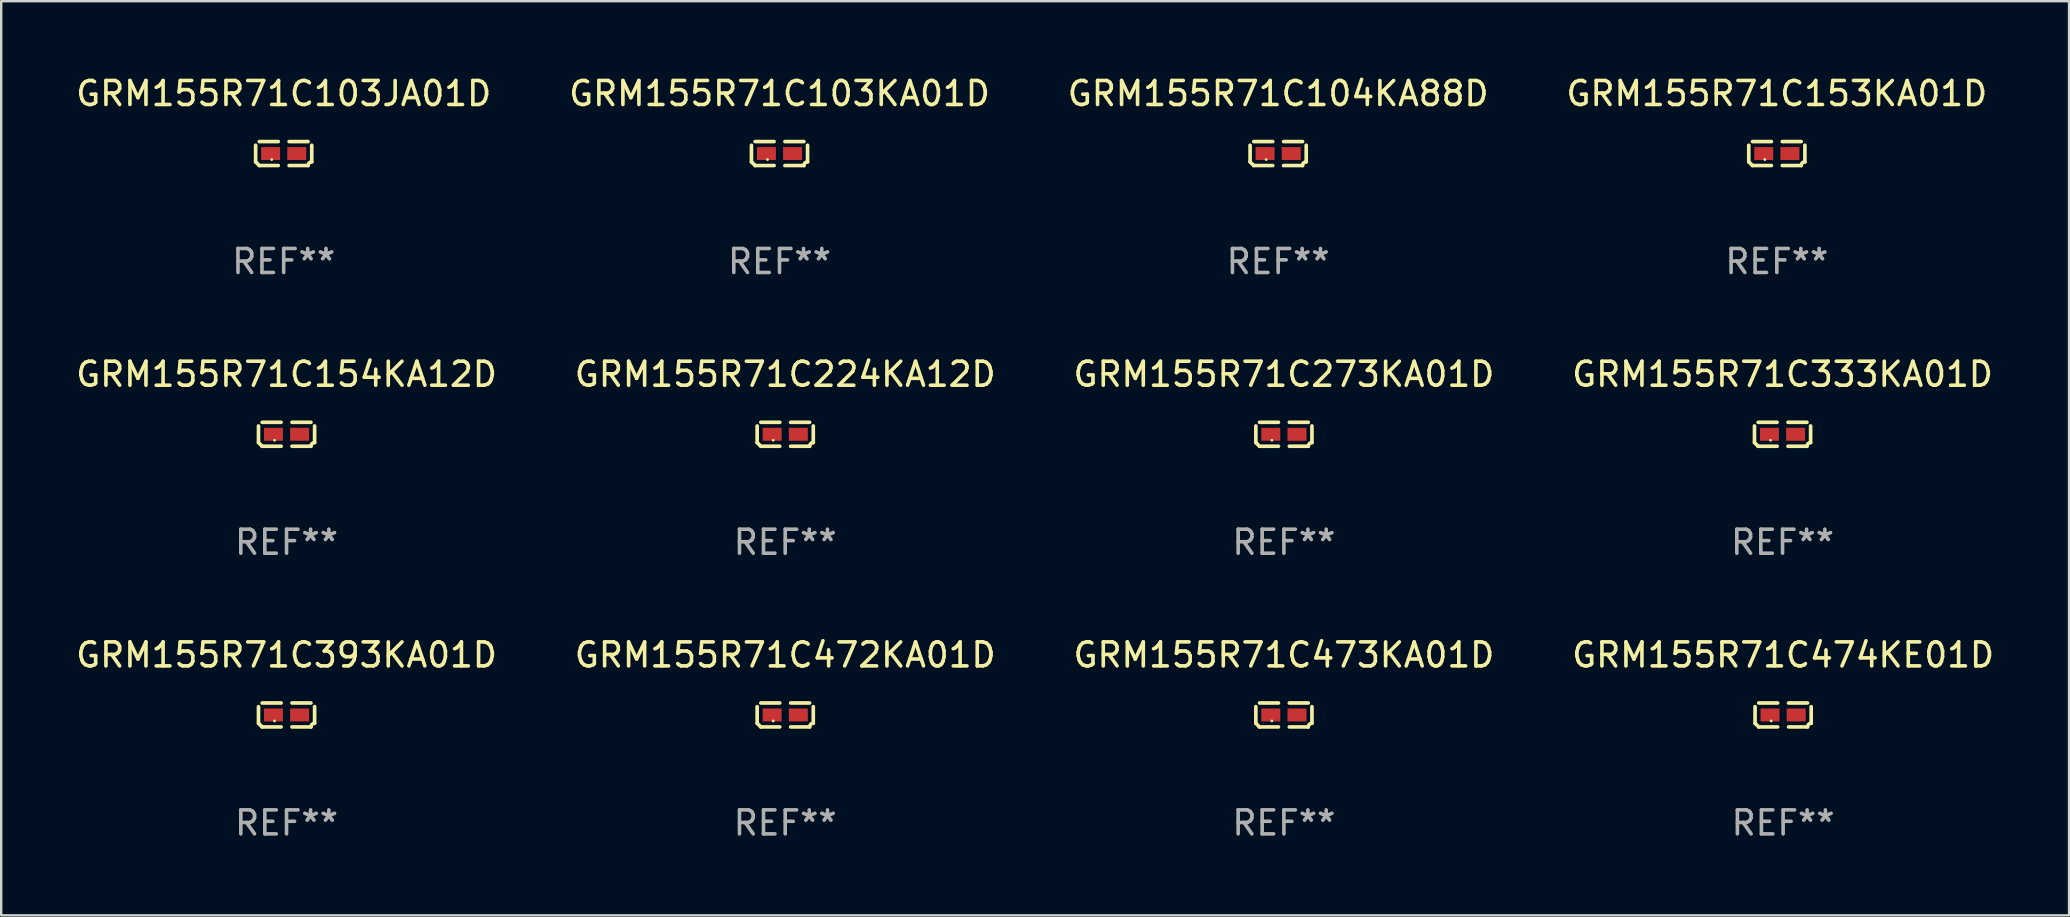
<source format=kicad_pcb>
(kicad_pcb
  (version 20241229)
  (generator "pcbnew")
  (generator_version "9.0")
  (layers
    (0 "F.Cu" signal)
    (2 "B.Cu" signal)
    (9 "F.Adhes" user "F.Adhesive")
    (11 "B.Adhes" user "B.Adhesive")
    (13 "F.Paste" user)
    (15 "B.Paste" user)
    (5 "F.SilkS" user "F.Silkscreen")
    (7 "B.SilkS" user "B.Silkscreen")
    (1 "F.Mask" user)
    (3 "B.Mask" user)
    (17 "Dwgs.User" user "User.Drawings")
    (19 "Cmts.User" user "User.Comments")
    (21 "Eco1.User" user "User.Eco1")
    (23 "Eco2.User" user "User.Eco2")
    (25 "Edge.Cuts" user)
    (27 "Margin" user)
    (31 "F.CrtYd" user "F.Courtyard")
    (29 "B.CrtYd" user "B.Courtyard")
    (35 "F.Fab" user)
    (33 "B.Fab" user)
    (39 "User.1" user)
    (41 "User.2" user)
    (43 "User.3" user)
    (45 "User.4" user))
  (footprint "GRM155R71C473KA01D"
    (layer "F.Cu")
    (at 50.435 26.734)
    (property "Reference" "GRM155R71C473KA01D" (at 0 -2.499 0) (layer "F.SilkS") (effects (font (size 1 1) (thickness 0.15))))
    (attr through_hole)
    (fp_line (start -1.169 0.346) (end -1.169 -0.346) (stroke (width 0.152) (type solid)) (layer "F.SilkS"))
    (fp_line (start -1.016 -0.499) (end -0.226 -0.499) (stroke (width 0.152) (type solid)) (layer "F.SilkS"))
    (fp_line (start -0.226 0.499) (end -1.016 0.499) (stroke (width 0.152) (type solid)) (layer "F.SilkS"))
    (fp_line (start 0.226 0.499) (end 1.016 0.499) (stroke (width 0.152) (type solid)) (layer "F.SilkS"))
    (fp_line (start 1.016 -0.499) (end 0.226 -0.499) (stroke (width 0.152) (type solid)) (layer "F.SilkS"))
    (fp_line (start 1.169 0.346) (end 1.169 -0.346) (stroke (width 0.152) (type solid)) (layer "F.SilkS"))
    (fp_arc (start -1.016307 0.498603) (mid -1.092512 0.422405) (end -1.16871 0.3462) (stroke (width 0.1524) (type solid)) (layer "F.SilkS"))
    (fp_arc (start 1.016307 0.498603) (mid 1.060899 0.390758) (end 1.168707 0.346076) (stroke (width 0.1524) (type solid)) (layer "F.SilkS"))
    (fp_circle (center -0.5 0.25) (end -0.47 0.25) (stroke (width 0.06) (type solid)) (fill no) (layer "F.SilkS"))
    (fp_text user "REF**" (at 0 4.499 0) (layer "F.Fab") (effects (font (size 1 1) (thickness 0.15))))
    (pad "1" smd rect (at -0.545 0) (size 0.79 0.54) (layers "F.Cu" "F.Mask" "F.Paste"))
    (pad "2" smd rect (at 0.545 0) (size 0.79 0.54) (layers "F.Cu" "F.Mask" "F.Paste")))
  (footprint "GRM155R71C224KA12D"
    (layer "F.Cu")
    (at 29.661 15.041)
    (property "Reference" "GRM155R71C224KA12D" (at 0 -2.499 0) (layer "F.SilkS") (effects (font (size 1 1) (thickness 0.15))))
    (attr through_hole)
    (fp_line (start -1.169 0.346) (end -1.169 -0.346) (stroke (width 0.152) (type solid)) (layer "F.SilkS"))
    (fp_line (start -1.016 -0.499) (end -0.226 -0.499) (stroke (width 0.152) (type solid)) (layer "F.SilkS"))
    (fp_line (start -0.226 0.499) (end -1.016 0.499) (stroke (width 0.152) (type solid)) (layer "F.SilkS"))
    (fp_line (start 0.226 0.499) (end 1.016 0.499) (stroke (width 0.152) (type solid)) (layer "F.SilkS"))
    (fp_line (start 1.016 -0.499) (end 0.226 -0.499) (stroke (width 0.152) (type solid)) (layer "F.SilkS"))
    (fp_line (start 1.169 0.346) (end 1.169 -0.346) (stroke (width 0.152) (type solid)) (layer "F.SilkS"))
    (fp_arc (start -1.016307 0.498603) (mid -1.092512 0.422405) (end -1.16871 0.3462) (stroke (width 0.1524) (type solid)) (layer "F.SilkS"))
    (fp_arc (start 1.016307 0.498603) (mid 1.060899 0.390758) (end 1.168707 0.346076) (stroke (width 0.1524) (type solid)) (layer "F.SilkS"))
    (fp_circle (center -0.5 0.25) (end -0.47 0.25) (stroke (width 0.06) (type solid)) (fill no) (layer "F.SilkS"))
    (fp_text user "REF**" (at 0 4.499 0) (layer "F.Fab") (effects (font (size 1 1) (thickness 0.15))))
    (pad "1" smd rect (at -0.545 0) (size 0.79 0.54) (layers "F.Cu" "F.Mask" "F.Paste"))
    (pad "2" smd rect (at 0.545 0) (size 0.79 0.54) (layers "F.Cu" "F.Mask" "F.Paste")))
  (footprint "GRM155R71C472KA01D"
    (layer "F.Cu")
    (at 29.661 26.734)
    (property "Reference" "GRM155R71C472KA01D" (at 0 -2.499 0) (layer "F.SilkS") (effects (font (size 1 1) (thickness 0.15))))
    (attr through_hole)
    (fp_line (start -1.169 0.346) (end -1.169 -0.346) (stroke (width 0.152) (type solid)) (layer "F.SilkS"))
    (fp_line (start -1.016 -0.499) (end -0.226 -0.499) (stroke (width 0.152) (type solid)) (layer "F.SilkS"))
    (fp_line (start -0.226 0.499) (end -1.016 0.499) (stroke (width 0.152) (type solid)) (layer "F.SilkS"))
    (fp_line (start 0.226 0.499) (end 1.016 0.499) (stroke (width 0.152) (type solid)) (layer "F.SilkS"))
    (fp_line (start 1.016 -0.499) (end 0.226 -0.499) (stroke (width 0.152) (type solid)) (layer "F.SilkS"))
    (fp_line (start 1.169 0.346) (end 1.169 -0.346) (stroke (width 0.152) (type solid)) (layer "F.SilkS"))
    (fp_arc (start -1.016307 0.498603) (mid -1.092512 0.422405) (end -1.16871 0.3462) (stroke (width 0.1524) (type solid)) (layer "F.SilkS"))
    (fp_arc (start 1.016307 0.498603) (mid 1.060899 0.390758) (end 1.168707 0.346076) (stroke (width 0.1524) (type solid)) (layer "F.SilkS"))
    (fp_circle (center -0.5 0.25) (end -0.47 0.25) (stroke (width 0.06) (type solid)) (fill no) (layer "F.SilkS"))
    (fp_text user "REF**" (at 0 4.499 0) (layer "F.Fab") (effects (font (size 1 1) (thickness 0.15))))
    (pad "1" smd rect (at -0.545 0) (size 0.79 0.54) (layers "F.Cu" "F.Mask" "F.Paste"))
    (pad "2" smd rect (at 0.545 0) (size 0.79 0.54) (layers "F.Cu" "F.Mask" "F.Paste")))
  (footprint "GRM155R71C333KA01D"
    (layer "F.Cu")
    (at 71.208 15.041)
    (property "Reference" "GRM155R71C333KA01D" (at 0 -2.499 0) (layer "F.SilkS") (effects (font (size 1 1) (thickness 0.15))))
    (attr through_hole)
    (fp_line (start -1.169 0.346) (end -1.169 -0.346) (stroke (width 0.152) (type solid)) (layer "F.SilkS"))
    (fp_line (start -1.016 -0.499) (end -0.226 -0.499) (stroke (width 0.152) (type solid)) (layer "F.SilkS"))
    (fp_line (start -0.226 0.499) (end -1.016 0.499) (stroke (width 0.152) (type solid)) (layer "F.SilkS"))
    (fp_line (start 0.226 0.499) (end 1.016 0.499) (stroke (width 0.152) (type solid)) (layer "F.SilkS"))
    (fp_line (start 1.016 -0.499) (end 0.226 -0.499) (stroke (width 0.152) (type solid)) (layer "F.SilkS"))
    (fp_line (start 1.169 0.346) (end 1.169 -0.346) (stroke (width 0.152) (type solid)) (layer "F.SilkS"))
    (fp_arc (start -1.016307 0.498603) (mid -1.092512 0.422405) (end -1.16871 0.3462) (stroke (width 0.1524) (type solid)) (layer "F.SilkS"))
    (fp_arc (start 1.016307 0.498603) (mid 1.060899 0.390758) (end 1.168707 0.346076) (stroke (width 0.1524) (type solid)) (layer "F.SilkS"))
    (fp_circle (center -0.5 0.25) (end -0.47 0.25) (stroke (width 0.06) (type solid)) (fill no) (layer "F.SilkS"))
    (fp_text user "REF**" (at 0 4.499 0) (layer "F.Fab") (effects (font (size 1 1) (thickness 0.15))))
    (pad "1" smd rect (at -0.545 0) (size 0.79 0.54) (layers "F.Cu" "F.Mask" "F.Paste"))
    (pad "2" smd rect (at 0.545 0) (size 0.79 0.54) (layers "F.Cu" "F.Mask" "F.Paste")))
  (footprint "GRM155R71C103JA01D"
    (layer "F.Cu")
    (at 8.768 3.347)
    (property "Reference" "GRM155R71C103JA01D" (at 0 -2.499 0) (layer "F.SilkS") (effects (font (size 1 1) (thickness 0.15))))
    (attr through_hole)
    (fp_line (start -1.169 0.346) (end -1.169 -0.346) (stroke (width 0.152) (type solid)) (layer "F.SilkS"))
    (fp_line (start -1.016 -0.499) (end -0.226 -0.499) (stroke (width 0.152) (type solid)) (layer "F.SilkS"))
    (fp_line (start -0.226 0.499) (end -1.016 0.499) (stroke (width 0.152) (type solid)) (layer "F.SilkS"))
    (fp_line (start 0.226 0.499) (end 1.016 0.499) (stroke (width 0.152) (type solid)) (layer "F.SilkS"))
    (fp_line (start 1.016 -0.499) (end 0.226 -0.499) (stroke (width 0.152) (type solid)) (layer "F.SilkS"))
    (fp_line (start 1.169 0.346) (end 1.169 -0.346) (stroke (width 0.152) (type solid)) (layer "F.SilkS"))
    (fp_arc (start -1.016307 0.498603) (mid -1.092512 0.422405) (end -1.16871 0.3462) (stroke (width 0.1524) (type solid)) (layer "F.SilkS"))
    (fp_arc (start 1.016307 0.498603) (mid 1.060899 0.390758) (end 1.168707 0.346076) (stroke (width 0.1524) (type solid)) (layer "F.SilkS"))
    (fp_circle (center -0.5 0.25) (end -0.47 0.25) (stroke (width 0.06) (type solid)) (fill no) (layer "F.SilkS"))
    (fp_text user "REF**" (at 0 4.499 0) (layer "F.Fab") (effects (font (size 1 1) (thickness 0.15))))
    (pad "1" smd rect (at -0.545 0) (size 0.79 0.54) (layers "F.Cu" "F.Mask" "F.Paste"))
    (pad "2" smd rect (at 0.545 0) (size 0.79 0.54) (layers "F.Cu" "F.Mask" "F.Paste")))
  (footprint "GRM155R71C273KA01D"
    (layer "F.Cu")
    (at 50.435 15.041)
    (property "Reference" "GRM155R71C273KA01D" (at 0 -2.499 0) (layer "F.SilkS") (effects (font (size 1 1) (thickness 0.15))))
    (attr through_hole)
    (fp_line (start -1.169 0.346) (end -1.169 -0.346) (stroke (width 0.152) (type solid)) (layer "F.SilkS"))
    (fp_line (start -1.016 -0.499) (end -0.226 -0.499) (stroke (width 0.152) (type solid)) (layer "F.SilkS"))
    (fp_line (start -0.226 0.499) (end -1.016 0.499) (stroke (width 0.152) (type solid)) (layer "F.SilkS"))
    (fp_line (start 0.226 0.499) (end 1.016 0.499) (stroke (width 0.152) (type solid)) (layer "F.SilkS"))
    (fp_line (start 1.016 -0.499) (end 0.226 -0.499) (stroke (width 0.152) (type solid)) (layer "F.SilkS"))
    (fp_line (start 1.169 0.346) (end 1.169 -0.346) (stroke (width 0.152) (type solid)) (layer "F.SilkS"))
    (fp_arc (start -1.016307 0.498603) (mid -1.092512 0.422405) (end -1.16871 0.3462) (stroke (width 0.1524) (type solid)) (layer "F.SilkS"))
    (fp_arc (start 1.016307 0.498603) (mid 1.060899 0.390758) (end 1.168707 0.346076) (stroke (width 0.1524) (type solid)) (layer "F.SilkS"))
    (fp_circle (center -0.5 0.25) (end -0.47 0.25) (stroke (width 0.06) (type solid)) (fill no) (layer "F.SilkS"))
    (fp_text user "REF**" (at 0 4.499 0) (layer "F.Fab") (effects (font (size 1 1) (thickness 0.15))))
    (pad "1" smd rect (at -0.545 0) (size 0.79 0.54) (layers "F.Cu" "F.Mask" "F.Paste"))
    (pad "2" smd rect (at 0.545 0) (size 0.79 0.54) (layers "F.Cu" "F.Mask" "F.Paste")))
  (footprint "GRM155R71C393KA01D"
    (layer "F.Cu")
    (at 8.887 26.734)
    (property "Reference" "GRM155R71C393KA01D" (at 0 -2.499 0) (layer "F.SilkS") (effects (font (size 1 1) (thickness 0.15))))
    (attr through_hole)
    (fp_line (start -1.169 0.346) (end -1.169 -0.346) (stroke (width 0.152) (type solid)) (layer "F.SilkS"))
    (fp_line (start -1.016 -0.499) (end -0.226 -0.499) (stroke (width 0.152) (type solid)) (layer "F.SilkS"))
    (fp_line (start -0.226 0.499) (end -1.016 0.499) (stroke (width 0.152) (type solid)) (layer "F.SilkS"))
    (fp_line (start 0.226 0.499) (end 1.016 0.499) (stroke (width 0.152) (type solid)) (layer "F.SilkS"))
    (fp_line (start 1.016 -0.499) (end 0.226 -0.499) (stroke (width 0.152) (type solid)) (layer "F.SilkS"))
    (fp_line (start 1.169 0.346) (end 1.169 -0.346) (stroke (width 0.152) (type solid)) (layer "F.SilkS"))
    (fp_arc (start -1.016307 0.498603) (mid -1.092512 0.422405) (end -1.16871 0.3462) (stroke (width 0.1524) (type solid)) (layer "F.SilkS"))
    (fp_arc (start 1.016307 0.498603) (mid 1.060899 0.390758) (end 1.168707 0.346076) (stroke (width 0.1524) (type solid)) (layer "F.SilkS"))
    (fp_circle (center -0.5 0.25) (end -0.47 0.25) (stroke (width 0.06) (type solid)) (fill no) (layer "F.SilkS"))
    (fp_text user "REF**" (at 0 4.499 0) (layer "F.Fab") (effects (font (size 1 1) (thickness 0.15))))
    (pad "1" smd rect (at -0.545 0) (size 0.79 0.54) (layers "F.Cu" "F.Mask" "F.Paste"))
    (pad "2" smd rect (at 0.545 0) (size 0.79 0.54) (layers "F.Cu" "F.Mask" "F.Paste")))
  (footprint "GRM155R71C153KA01D"
    (layer "F.Cu")
    (at 70.97 3.347)
    (property "Reference" "GRM155R71C153KA01D" (at 0 -2.499 0) (layer "F.SilkS") (effects (font (size 1 1) (thickness 0.15))))
    (attr through_hole)
    (fp_line (start -1.169 0.346) (end -1.169 -0.346) (stroke (width 0.152) (type solid)) (layer "F.SilkS"))
    (fp_line (start -1.016 -0.499) (end -0.226 -0.499) (stroke (width 0.152) (type solid)) (layer "F.SilkS"))
    (fp_line (start -0.226 0.499) (end -1.016 0.499) (stroke (width 0.152) (type solid)) (layer "F.SilkS"))
    (fp_line (start 0.226 0.499) (end 1.016 0.499) (stroke (width 0.152) (type solid)) (layer "F.SilkS"))
    (fp_line (start 1.016 -0.499) (end 0.226 -0.499) (stroke (width 0.152) (type solid)) (layer "F.SilkS"))
    (fp_line (start 1.169 0.346) (end 1.169 -0.346) (stroke (width 0.152) (type solid)) (layer "F.SilkS"))
    (fp_arc (start -1.016307 0.498603) (mid -1.092512 0.422405) (end -1.16871 0.3462) (stroke (width 0.1524) (type solid)) (layer "F.SilkS"))
    (fp_arc (start 1.016307 0.498603) (mid 1.060899 0.390758) (end 1.168707 0.346076) (stroke (width 0.1524) (type solid)) (layer "F.SilkS"))
    (fp_circle (center -0.5 0.25) (end -0.47 0.25) (stroke (width 0.06) (type solid)) (fill no) (layer "F.SilkS"))
    (fp_text user "REF**" (at 0 4.499 0) (layer "F.Fab") (effects (font (size 1 1) (thickness 0.15))))
    (pad "1" smd rect (at -0.545 0) (size 0.79 0.54) (layers "F.Cu" "F.Mask" "F.Paste"))
    (pad "2" smd rect (at 0.545 0) (size 0.79 0.54) (layers "F.Cu" "F.Mask" "F.Paste")))
  (footprint "GRM155R71C474KE01D"
    (layer "F.Cu")
    (at 71.232 26.734)
    (property "Reference" "GRM155R71C474KE01D" (at 0 -2.499 0) (layer "F.SilkS") (effects (font (size 1 1) (thickness 0.15))))
    (attr through_hole)
    (fp_line (start -1.169 0.346) (end -1.169 -0.346) (stroke (width 0.152) (type solid)) (layer "F.SilkS"))
    (fp_line (start -1.016 -0.499) (end -0.226 -0.499) (stroke (width 0.152) (type solid)) (layer "F.SilkS"))
    (fp_line (start -0.226 0.499) (end -1.016 0.499) (stroke (width 0.152) (type solid)) (layer "F.SilkS"))
    (fp_line (start 0.226 0.499) (end 1.016 0.499) (stroke (width 0.152) (type solid)) (layer "F.SilkS"))
    (fp_line (start 1.016 -0.499) (end 0.226 -0.499) (stroke (width 0.152) (type solid)) (layer "F.SilkS"))
    (fp_line (start 1.169 0.346) (end 1.169 -0.346) (stroke (width 0.152) (type solid)) (layer "F.SilkS"))
    (fp_arc (start -1.016307 0.498603) (mid -1.092512 0.422405) (end -1.16871 0.3462) (stroke (width 0.1524) (type solid)) (layer "F.SilkS"))
    (fp_arc (start 1.016307 0.498603) (mid 1.060899 0.390758) (end 1.168707 0.346076) (stroke (width 0.1524) (type solid)) (layer "F.SilkS"))
    (fp_circle (center -0.5 0.25) (end -0.47 0.25) (stroke (width 0.06) (type solid)) (fill no) (layer "F.SilkS"))
    (fp_text user "REF**" (at 0 4.499 0) (layer "F.Fab") (effects (font (size 1 1) (thickness 0.15))))
    (pad "1" smd rect (at -0.545 0) (size 0.79 0.54) (layers "F.Cu" "F.Mask" "F.Paste"))
    (pad "2" smd rect (at 0.545 0) (size 0.79 0.54) (layers "F.Cu" "F.Mask" "F.Paste")))
  (footprint "GRM155R71C104KA88D"
    (layer "F.Cu")
    (at 50.196 3.347)
    (property "Reference" "GRM155R71C104KA88D" (at 0 -2.499 0) (layer "F.SilkS") (effects (font (size 1 1) (thickness 0.15))))
    (attr through_hole)
    (fp_line (start -1.169 0.346) (end -1.169 -0.346) (stroke (width 0.152) (type solid)) (layer "F.SilkS"))
    (fp_line (start -1.016 -0.499) (end -0.226 -0.499) (stroke (width 0.152) (type solid)) (layer "F.SilkS"))
    (fp_line (start -0.226 0.499) (end -1.016 0.499) (stroke (width 0.152) (type solid)) (layer "F.SilkS"))
    (fp_line (start 0.226 0.499) (end 1.016 0.499) (stroke (width 0.152) (type solid)) (layer "F.SilkS"))
    (fp_line (start 1.016 -0.499) (end 0.226 -0.499) (stroke (width 0.152) (type solid)) (layer "F.SilkS"))
    (fp_line (start 1.169 0.346) (end 1.169 -0.346) (stroke (width 0.152) (type solid)) (layer "F.SilkS"))
    (fp_arc (start -1.016307 0.498603) (mid -1.092512 0.422405) (end -1.16871 0.3462) (stroke (width 0.1524) (type solid)) (layer "F.SilkS"))
    (fp_arc (start 1.016307 0.498603) (mid 1.060899 0.390758) (end 1.168707 0.346076) (stroke (width 0.1524) (type solid)) (layer "F.SilkS"))
    (fp_circle (center -0.5 0.25) (end -0.47 0.25) (stroke (width 0.06) (type solid)) (fill no) (layer "F.SilkS"))
    (fp_text user "REF**" (at 0 4.499 0) (layer "F.Fab") (effects (font (size 1 1) (thickness 0.15))))
    (pad "1" smd rect (at -0.545 0) (size 0.79 0.54) (layers "F.Cu" "F.Mask" "F.Paste"))
    (pad "2" smd rect (at 0.545 0) (size 0.79 0.54) (layers "F.Cu" "F.Mask" "F.Paste")))
  (footprint "GRM155R71C103KA01D"
    (layer "F.Cu")
    (at 29.423 3.347)
    (property "Reference" "GRM155R71C103KA01D" (at 0 -2.499 0) (layer "F.SilkS") (effects (font (size 1 1) (thickness 0.15))))
    (attr through_hole)
    (fp_line (start -1.169 0.346) (end -1.169 -0.346) (stroke (width 0.152) (type solid)) (layer "F.SilkS"))
    (fp_line (start -1.016 -0.499) (end -0.226 -0.499) (stroke (width 0.152) (type solid)) (layer "F.SilkS"))
    (fp_line (start -0.226 0.499) (end -1.016 0.499) (stroke (width 0.152) (type solid)) (layer "F.SilkS"))
    (fp_line (start 0.226 0.499) (end 1.016 0.499) (stroke (width 0.152) (type solid)) (layer "F.SilkS"))
    (fp_line (start 1.016 -0.499) (end 0.226 -0.499) (stroke (width 0.152) (type solid)) (layer "F.SilkS"))
    (fp_line (start 1.169 0.346) (end 1.169 -0.346) (stroke (width 0.152) (type solid)) (layer "F.SilkS"))
    (fp_arc (start -1.016307 0.498603) (mid -1.092512 0.422405) (end -1.16871 0.3462) (stroke (width 0.1524) (type solid)) (layer "F.SilkS"))
    (fp_arc (start 1.016307 0.498603) (mid 1.060899 0.390758) (end 1.168707 0.346076) (stroke (width 0.1524) (type solid)) (layer "F.SilkS"))
    (fp_circle (center -0.5 0.25) (end -0.47 0.25) (stroke (width 0.06) (type solid)) (fill no) (layer "F.SilkS"))
    (fp_text user "REF**" (at 0 4.499 0) (layer "F.Fab") (effects (font (size 1 1) (thickness 0.15))))
    (pad "1" smd rect (at -0.545 0) (size 0.79 0.54) (layers "F.Cu" "F.Mask" "F.Paste"))
    (pad "2" smd rect (at 0.545 0) (size 0.79 0.54) (layers "F.Cu" "F.Mask" "F.Paste")))
  (footprint "GRM155R71C154KA12D"
    (layer "F.Cu")
    (at 8.887 15.041)
    (property "Reference" "GRM155R71C154KA12D" (at 0 -2.499 0) (layer "F.SilkS") (effects (font (size 1 1) (thickness 0.15))))
    (attr through_hole)
    (fp_line (start -1.169 0.346) (end -1.169 -0.346) (stroke (width 0.152) (type solid)) (layer "F.SilkS"))
    (fp_line (start -1.016 -0.499) (end -0.226 -0.499) (stroke (width 0.152) (type solid)) (layer "F.SilkS"))
    (fp_line (start -0.226 0.499) (end -1.016 0.499) (stroke (width 0.152) (type solid)) (layer "F.SilkS"))
    (fp_line (start 0.226 0.499) (end 1.016 0.499) (stroke (width 0.152) (type solid)) (layer "F.SilkS"))
    (fp_line (start 1.016 -0.499) (end 0.226 -0.499) (stroke (width 0.152) (type solid)) (layer "F.SilkS"))
    (fp_line (start 1.169 0.346) (end 1.169 -0.346) (stroke (width 0.152) (type solid)) (layer "F.SilkS"))
    (fp_arc (start -1.016307 0.498603) (mid -1.092512 0.422405) (end -1.16871 0.3462) (stroke (width 0.1524) (type solid)) (layer "F.SilkS"))
    (fp_arc (start 1.016307 0.498603) (mid 1.060899 0.390758) (end 1.168707 0.346076) (stroke (width 0.1524) (type solid)) (layer "F.SilkS"))
    (fp_circle (center -0.5 0.25) (end -0.47 0.25) (stroke (width 0.06) (type solid)) (fill no) (layer "F.SilkS"))
    (fp_text user "REF**" (at 0 4.499 0) (layer "F.Fab") (effects (font (size 1 1) (thickness 0.15))))
    (pad "1" smd rect (at -0.545 0) (size 0.79 0.54) (layers "F.Cu" "F.Mask" "F.Paste"))
    (pad "2" smd rect (at 0.545 0) (size 0.79 0.54) (layers "F.Cu" "F.Mask" "F.Paste")))
  (gr_rect
    (start -3 -3)
    (end 83.143 35.081)
    (stroke (width 0.1) (type default))
    (fill no)
    (layer "Edge.Cuts")))
</source>
